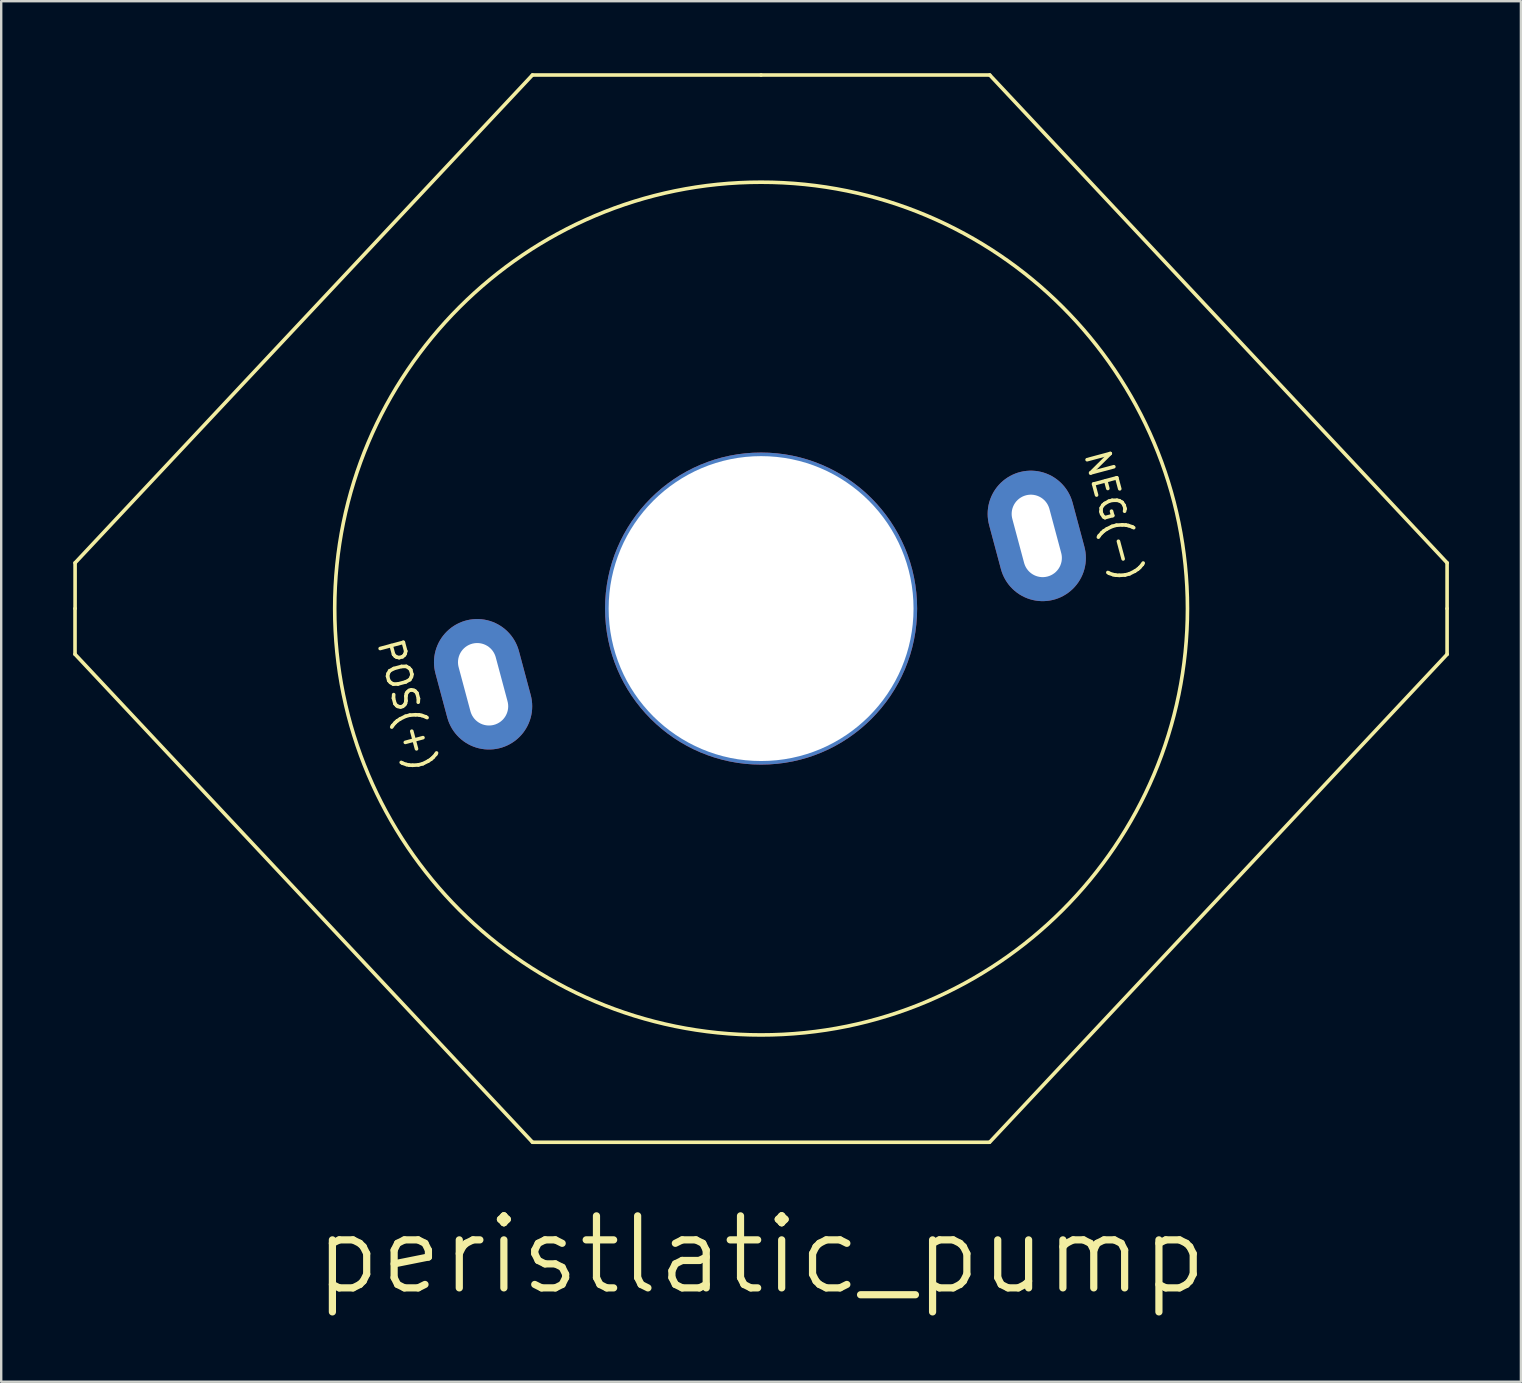
<source format=kicad_pcb>
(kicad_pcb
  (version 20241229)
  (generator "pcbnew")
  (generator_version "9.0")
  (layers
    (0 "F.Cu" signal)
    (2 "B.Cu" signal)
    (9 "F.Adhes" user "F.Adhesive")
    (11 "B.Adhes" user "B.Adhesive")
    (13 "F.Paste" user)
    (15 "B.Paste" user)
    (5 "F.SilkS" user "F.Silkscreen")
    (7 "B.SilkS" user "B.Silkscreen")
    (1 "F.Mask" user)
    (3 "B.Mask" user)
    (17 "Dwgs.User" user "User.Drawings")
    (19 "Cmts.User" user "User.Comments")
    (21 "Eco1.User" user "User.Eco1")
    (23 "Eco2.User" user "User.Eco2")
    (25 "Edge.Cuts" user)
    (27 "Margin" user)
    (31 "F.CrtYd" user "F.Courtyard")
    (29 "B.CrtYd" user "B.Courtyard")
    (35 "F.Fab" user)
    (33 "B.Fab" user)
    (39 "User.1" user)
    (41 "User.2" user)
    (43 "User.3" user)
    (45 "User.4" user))
  (footprint "peristlatic_pump"
    (layer "F.Cu")
    (at 28.653 22.3)
    (property "Reference" "peristlatic_pump" (at 0 26.924 0) (layer "F.SilkS") (effects (font (size 3 3) (thickness 0.3))))
    (attr through_hole)
    (fp_line (start -28.578 -0.003) (end -28.578 1.902) (stroke (width 0.15) (type solid)) (layer "F.SilkS"))
    (fp_line (start -28.578 1.902) (end -9.528 22.222) (stroke (width 0.15) (type solid)) (layer "F.SilkS"))
    (fp_line (start -28.575 -1.905) (end -9.525 -22.225) (stroke (width 0.15) (type solid)) (layer "F.SilkS"))
    (fp_line (start -28.575 0) (end -28.575 -1.905) (stroke (width 0.15) (type solid)) (layer "F.SilkS"))
    (fp_line (start -9.525 -22.225) (end 0 -22.225) (stroke (width 0.15) (type solid)) (layer "F.SilkS"))
    (fp_line (start -9.525 22.23) (end 9.51 22.23) (stroke (width 0.15) (type solid)) (layer "F.SilkS"))
    (fp_line (start 0 -22.225) (end 9.525 -22.225) (stroke (width 0.15) (type solid)) (layer "F.SilkS"))
    (fp_line (start 28.575 -1.905) (end 9.525 -22.225) (stroke (width 0.15) (type solid)) (layer "F.SilkS"))
    (fp_line (start 28.575 0) (end 28.575 -1.905) (stroke (width 0.15) (type solid)) (layer "F.SilkS"))
    (fp_line (start 28.575 0) (end 28.575 1.905) (stroke (width 0.15) (type solid)) (layer "F.SilkS"))
    (fp_line (start 28.575 1.905) (end 9.525 22.225) (stroke (width 0.15) (type solid)) (layer "F.SilkS"))
    (fp_circle (center 0 0) (end 10.287 14.478) (stroke (width 0.15) (type solid)) (fill no) (layer "F.SilkS"))
    (fp_text user "NEG(-)" (at 14.672 -3.881 105) (layer "F.SilkS") (effects (font (size 1 1) (thickness 0.15))))
    (fp_text user "POS(+)" (at -14.769 4.007 105) (layer "F.SilkS") (effects (font (size 1 1) (thickness 0.15))))
    (pad "" np_thru_hole circle (at 0 0 90) (size 13 13) (drill 12.7) (layers "*.Cu" "*.Mask"))
    (pad "1" thru_hole oval (at -11.58 3.153 195) (size 3.6 5.5) (drill oval 1.6 3.5) (layers "*.Cu" "*.Mask"))
    (pad "2" thru_hole oval (at 11.483 -3.027 195) (size 3.6 5.5) (drill oval 1.6 3.5) (layers "*.Cu" "*.Mask")))
  (gr_rect
    (start -3 -3)
    (end 60.303 54.505)
    (stroke (width 0.1) (type default))
    (fill no)
    (layer "Edge.Cuts")))
</source>
